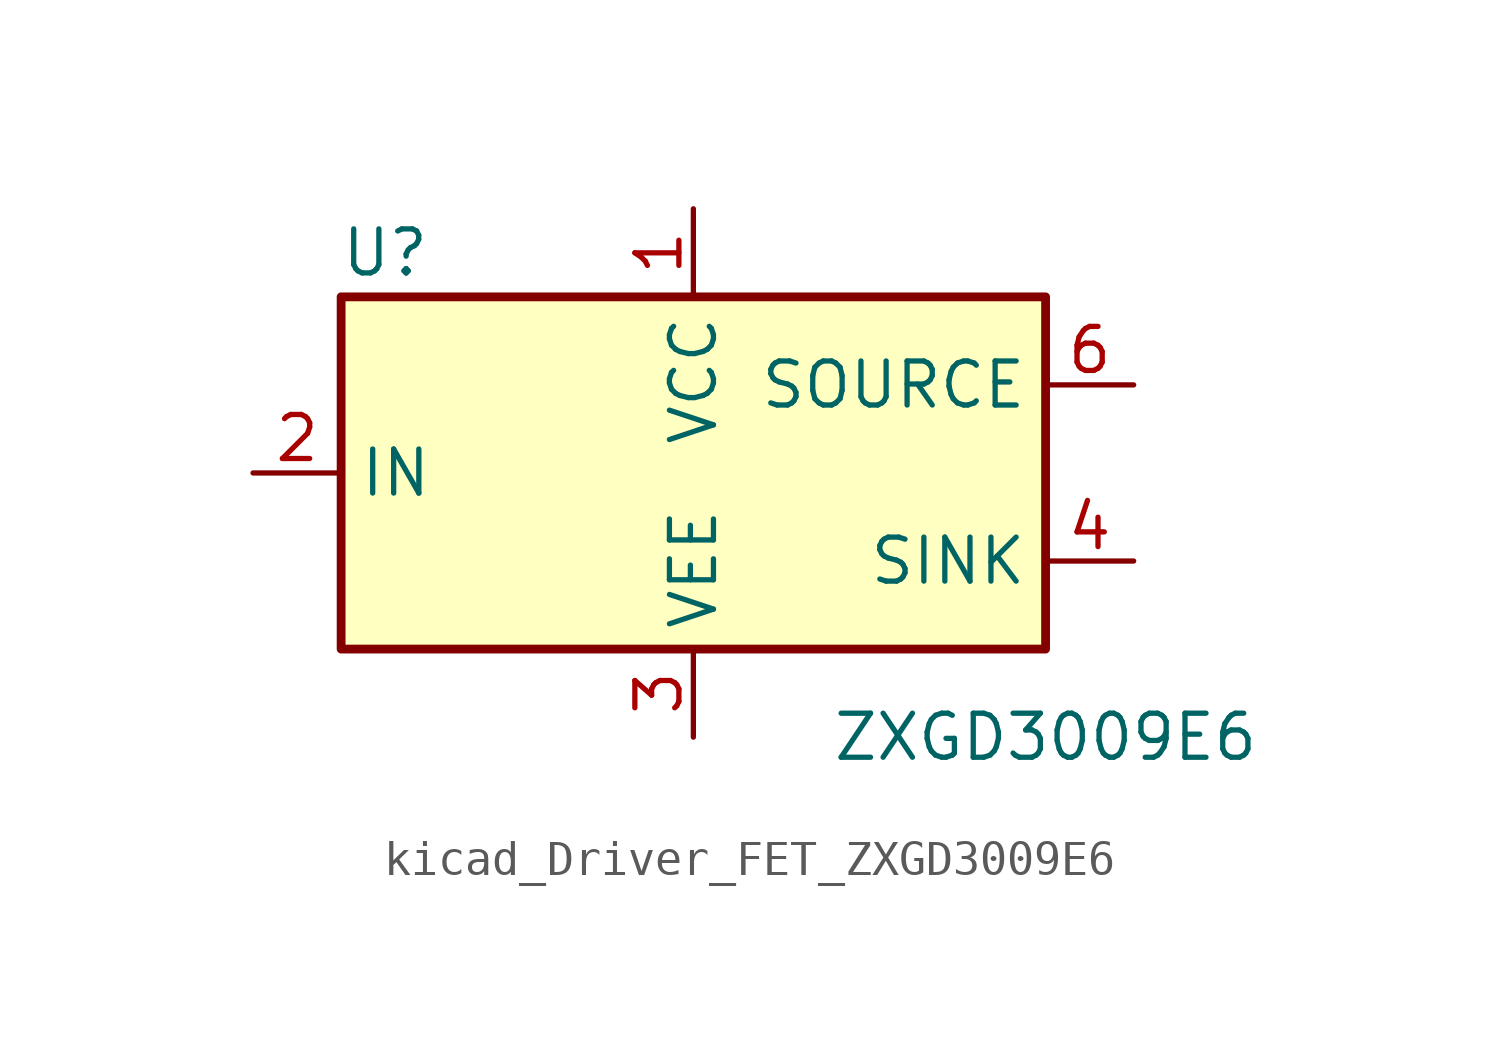
<source format=kicad_sym>
(kicad_symbol_lib
  (version 20220914)
  (generator kicad_symbol_editor)
  (symbol "kicad_Driver_FET_ZXGD3009E6"
    (property "Reference" "U"
      (at -8.89 6.35 0)
      (effects (font (size 1.27 1.27))))
    (property "Value" "ZXGD3009E6"
      (at 10.16 -7.62 0)
      (effects (font (size 1.27 1.27))))
    (symbol "kicad_Driver_FET_ZXGD3009E6_0_1"
      (rectangle (start -10.16 5.08) (end 10.16 -5.08) (stroke (width 0.254) (type default)) (fill (type background))))
    (symbol "kicad_Driver_FET_ZXGD3009E6_1_1"
      (pin power_in line (at 0 7.62 270) (length 2.54) (name "VCC" (effects (font (size 1.27 1.27)))) (number "1" (effects (font (size 1.27 1.27)))))
      (pin input line (at -12.7 0 0) (length 2.54) (name "IN" (effects (font (size 1.27 1.27)))) (number "2" (effects (font (size 1.27 1.27)))))
      (pin power_in line (at 0 -7.62 90) (length 2.54) (name "VEE" (effects (font (size 1.27 1.27)))) (number "3" (effects (font (size 1.27 1.27)))))
      (pin open_collector line (at 12.7 -2.54 180) (length 2.54) (name "SINK" (effects (font (size 1.27 1.27)))) (number "4" (effects (font (size 1.27 1.27)))))
      (pin no_connect line (at 10.16 0 180) (length 2.54) hide (name "NC" (effects (font (size 1.27 1.27)))) (number "5" (effects (font (size 1.27 1.27)))))
      (pin open_emitter line (at 12.7 2.54 180) (length 2.54) (name "SOURCE" (effects (font (size 1.27 1.27)))) (number "6" (effects (font (size 1.27 1.27))))))))
</source>
